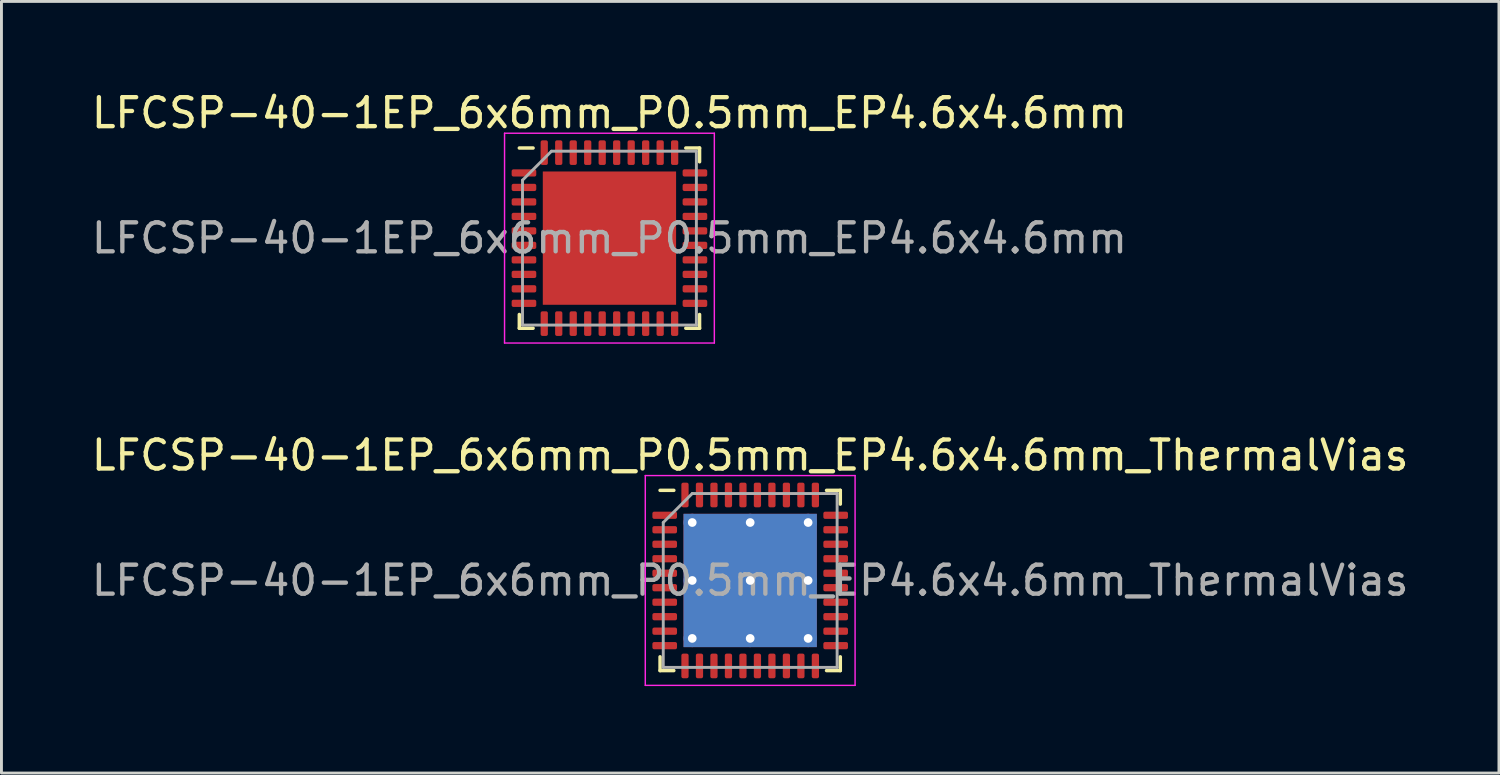
<source format=kicad_pcb>
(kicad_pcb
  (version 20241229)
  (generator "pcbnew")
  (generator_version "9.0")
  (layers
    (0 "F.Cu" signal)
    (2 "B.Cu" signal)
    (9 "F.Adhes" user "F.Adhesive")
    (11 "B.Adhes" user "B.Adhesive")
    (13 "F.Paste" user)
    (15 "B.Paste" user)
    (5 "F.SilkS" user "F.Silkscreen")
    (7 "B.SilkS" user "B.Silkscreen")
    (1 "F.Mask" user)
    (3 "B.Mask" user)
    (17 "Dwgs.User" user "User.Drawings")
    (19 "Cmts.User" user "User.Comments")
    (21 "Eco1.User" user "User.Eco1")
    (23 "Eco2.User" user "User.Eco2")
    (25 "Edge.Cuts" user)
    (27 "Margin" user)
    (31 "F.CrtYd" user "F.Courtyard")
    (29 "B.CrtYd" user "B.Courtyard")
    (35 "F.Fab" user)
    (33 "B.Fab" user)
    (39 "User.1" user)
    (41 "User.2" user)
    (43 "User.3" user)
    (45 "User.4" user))
  (footprint "LFCSP-40-1EP_6x6mm_P0.5mm_EP4.6x4.6mm_ThermalVias"
    (layer "F.Cu")
    (at 22.839 16.982)
    (property "Reference" "LFCSP-40-1EP_6x6mm_P0.5mm_EP4.6x4.6mm_ThermalVias" (at 0 -4.32 0) (layer "F.SilkS") (effects (font (size 1 1) (thickness 0.15))))
    (attr smd)
    (fp_line (start -3.11 3.11) (end -3.11 2.635) (stroke (width 0.12) (type solid)) (layer "F.SilkS"))
    (fp_line (start -2.635 -3.11) (end -3.11 -3.11) (stroke (width 0.12) (type solid)) (layer "F.SilkS"))
    (fp_line (start -2.635 3.11) (end -3.11 3.11) (stroke (width 0.12) (type solid)) (layer "F.SilkS"))
    (fp_line (start 2.635 -3.11) (end 3.11 -3.11) (stroke (width 0.12) (type solid)) (layer "F.SilkS"))
    (fp_line (start 2.635 3.11) (end 3.11 3.11) (stroke (width 0.12) (type solid)) (layer "F.SilkS"))
    (fp_line (start 3.11 -3.11) (end 3.11 -2.635) (stroke (width 0.12) (type solid)) (layer "F.SilkS"))
    (fp_line (start 3.11 3.11) (end 3.11 2.635) (stroke (width 0.12) (type solid)) (layer "F.SilkS"))
    (fp_line (start -3.62 -3.62) (end -3.62 3.62) (stroke (width 0.05) (type solid)) (layer "F.CrtYd"))
    (fp_line (start -3.62 3.62) (end 3.62 3.62) (stroke (width 0.05) (type solid)) (layer "F.CrtYd"))
    (fp_line (start 3.62 -3.62) (end -3.62 -3.62) (stroke (width 0.05) (type solid)) (layer "F.CrtYd"))
    (fp_line (start 3.62 3.62) (end 3.62 -3.62) (stroke (width 0.05) (type solid)) (layer "F.CrtYd"))
    (fp_line (start -3 -2) (end -2 -3) (stroke (width 0.1) (type solid)) (layer "F.Fab"))
    (fp_line (start -3 3) (end -3 -2) (stroke (width 0.1) (type solid)) (layer "F.Fab"))
    (fp_line (start -2 -3) (end 3 -3) (stroke (width 0.1) (type solid)) (layer "F.Fab"))
    (fp_line (start 3 -3) (end 3 3) (stroke (width 0.1) (type solid)) (layer "F.Fab"))
    (fp_line (start 3 3) (end -3 3) (stroke (width 0.1) (type solid)) (layer "F.Fab"))
    (fp_text user "${REFERENCE}" (at 0 0 0) (layer "F.Fab") (effects (font (size 1 1) (thickness 0.15))))
    (pad "" smd custom (at -1 -1) (size 1.728 1.728) (layers "F.Paste") (options (anchor circle)) (primitives (gr_poly (pts (xy -0.766 -0.603) (xy -0.603 -0.766) (xy 0.603 -0.766) (xy 0.766 -0.603) (xy 0.766 0.603) (xy 0.603 0.766) (xy -0.603 0.766) (xy -0.766 0.603)) (width 0.393) (fill yes))))
    (pad "" smd custom (at -1 1) (size 1.728 1.728) (layers "F.Paste") (options (anchor circle)) (primitives (gr_poly (pts (xy -0.766 -0.603) (xy -0.603 -0.766) (xy 0.603 -0.766) (xy 0.766 -0.603) (xy 0.766 0.603) (xy 0.603 0.766) (xy -0.603 0.766) (xy -0.766 0.603)) (width 0.393) (fill yes))))
    (pad "" smd custom (at 1 -1) (size 1.728 1.728) (layers "F.Paste") (options (anchor circle)) (primitives (gr_poly (pts (xy -0.766 -0.603) (xy -0.603 -0.766) (xy 0.603 -0.766) (xy 0.766 -0.603) (xy 0.766 0.603) (xy 0.603 0.766) (xy -0.603 0.766) (xy -0.766 0.603)) (width 0.393) (fill yes))))
    (pad "" smd custom (at 1 1) (size 1.728 1.728) (layers "F.Paste") (options (anchor circle)) (primitives (gr_poly (pts (xy -0.766 -0.603) (xy -0.603 -0.766) (xy 0.603 -0.766) (xy 0.766 -0.603) (xy 0.766 0.603) (xy 0.603 0.766) (xy -0.603 0.766) (xy -0.766 0.603)) (width 0.393) (fill yes))))
    (pad "1" smd roundrect (at -2.95 -2.25) (size 0.85 0.25) (layers "F.Cu" "F.Mask" "F.Paste") (roundrect_rratio 0.25))
    (pad "2" smd roundrect (at -2.95 -1.75) (size 0.85 0.25) (layers "F.Cu" "F.Mask" "F.Paste") (roundrect_rratio 0.25))
    (pad "3" smd roundrect (at -2.95 -1.25) (size 0.85 0.25) (layers "F.Cu" "F.Mask" "F.Paste") (roundrect_rratio 0.25))
    (pad "4" smd roundrect (at -2.95 -0.75) (size 0.85 0.25) (layers "F.Cu" "F.Mask" "F.Paste") (roundrect_rratio 0.25))
    (pad "5" smd roundrect (at -2.95 -0.25) (size 0.85 0.25) (layers "F.Cu" "F.Mask" "F.Paste") (roundrect_rratio 0.25))
    (pad "6" smd roundrect (at -2.95 0.25) (size 0.85 0.25) (layers "F.Cu" "F.Mask" "F.Paste") (roundrect_rratio 0.25))
    (pad "7" smd roundrect (at -2.95 0.75) (size 0.85 0.25) (layers "F.Cu" "F.Mask" "F.Paste") (roundrect_rratio 0.25))
    (pad "8" smd roundrect (at -2.95 1.25) (size 0.85 0.25) (layers "F.Cu" "F.Mask" "F.Paste") (roundrect_rratio 0.25))
    (pad "9" smd roundrect (at -2.95 1.75) (size 0.85 0.25) (layers "F.Cu" "F.Mask" "F.Paste") (roundrect_rratio 0.25))
    (pad "10" smd roundrect (at -2.95 2.25) (size 0.85 0.25) (layers "F.Cu" "F.Mask" "F.Paste") (roundrect_rratio 0.25))
    (pad "11" smd roundrect (at -2.25 2.95) (size 0.25 0.85) (layers "F.Cu" "F.Mask" "F.Paste") (roundrect_rratio 0.25))
    (pad "12" smd roundrect (at -1.75 2.95) (size 0.25 0.85) (layers "F.Cu" "F.Mask" "F.Paste") (roundrect_rratio 0.25))
    (pad "13" smd roundrect (at -1.25 2.95) (size 0.25 0.85) (layers "F.Cu" "F.Mask" "F.Paste") (roundrect_rratio 0.25))
    (pad "14" smd roundrect (at -0.75 2.95) (size 0.25 0.85) (layers "F.Cu" "F.Mask" "F.Paste") (roundrect_rratio 0.25))
    (pad "15" smd roundrect (at -0.25 2.95) (size 0.25 0.85) (layers "F.Cu" "F.Mask" "F.Paste") (roundrect_rratio 0.25))
    (pad "16" smd roundrect (at 0.25 2.95) (size 0.25 0.85) (layers "F.Cu" "F.Mask" "F.Paste") (roundrect_rratio 0.25))
    (pad "17" smd roundrect (at 0.75 2.95) (size 0.25 0.85) (layers "F.Cu" "F.Mask" "F.Paste") (roundrect_rratio 0.25))
    (pad "18" smd roundrect (at 1.25 2.95) (size 0.25 0.85) (layers "F.Cu" "F.Mask" "F.Paste") (roundrect_rratio 0.25))
    (pad "19" smd roundrect (at 1.75 2.95) (size 0.25 0.85) (layers "F.Cu" "F.Mask" "F.Paste") (roundrect_rratio 0.25))
    (pad "20" smd roundrect (at 2.25 2.95) (size 0.25 0.85) (layers "F.Cu" "F.Mask" "F.Paste") (roundrect_rratio 0.25))
    (pad "21" smd roundrect (at 2.95 2.25) (size 0.85 0.25) (layers "F.Cu" "F.Mask" "F.Paste") (roundrect_rratio 0.25))
    (pad "22" smd roundrect (at 2.95 1.75) (size 0.85 0.25) (layers "F.Cu" "F.Mask" "F.Paste") (roundrect_rratio 0.25))
    (pad "23" smd roundrect (at 2.95 1.25) (size 0.85 0.25) (layers "F.Cu" "F.Mask" "F.Paste") (roundrect_rratio 0.25))
    (pad "24" smd roundrect (at 2.95 0.75) (size 0.85 0.25) (layers "F.Cu" "F.Mask" "F.Paste") (roundrect_rratio 0.25))
    (pad "25" smd roundrect (at 2.95 0.25) (size 0.85 0.25) (layers "F.Cu" "F.Mask" "F.Paste") (roundrect_rratio 0.25))
    (pad "26" smd roundrect (at 2.95 -0.25) (size 0.85 0.25) (layers "F.Cu" "F.Mask" "F.Paste") (roundrect_rratio 0.25))
    (pad "27" smd roundrect (at 2.95 -0.75) (size 0.85 0.25) (layers "F.Cu" "F.Mask" "F.Paste") (roundrect_rratio 0.25))
    (pad "28" smd roundrect (at 2.95 -1.25) (size 0.85 0.25) (layers "F.Cu" "F.Mask" "F.Paste") (roundrect_rratio 0.25))
    (pad "29" smd roundrect (at 2.95 -1.75) (size 0.85 0.25) (layers "F.Cu" "F.Mask" "F.Paste") (roundrect_rratio 0.25))
    (pad "30" smd roundrect (at 2.95 -2.25) (size 0.85 0.25) (layers "F.Cu" "F.Mask" "F.Paste") (roundrect_rratio 0.25))
    (pad "31" smd roundrect (at 2.25 -2.95) (size 0.25 0.85) (layers "F.Cu" "F.Mask" "F.Paste") (roundrect_rratio 0.25))
    (pad "32" smd roundrect (at 1.75 -2.95) (size 0.25 0.85) (layers "F.Cu" "F.Mask" "F.Paste") (roundrect_rratio 0.25))
    (pad "33" smd roundrect (at 1.25 -2.95) (size 0.25 0.85) (layers "F.Cu" "F.Mask" "F.Paste") (roundrect_rratio 0.25))
    (pad "34" smd roundrect (at 0.75 -2.95) (size 0.25 0.85) (layers "F.Cu" "F.Mask" "F.Paste") (roundrect_rratio 0.25))
    (pad "35" smd roundrect (at 0.25 -2.95) (size 0.25 0.85) (layers "F.Cu" "F.Mask" "F.Paste") (roundrect_rratio 0.25))
    (pad "36" smd roundrect (at -0.25 -2.95) (size 0.25 0.85) (layers "F.Cu" "F.Mask" "F.Paste") (roundrect_rratio 0.25))
    (pad "37" smd roundrect (at -0.75 -2.95) (size 0.25 0.85) (layers "F.Cu" "F.Mask" "F.Paste") (roundrect_rratio 0.25))
    (pad "38" smd roundrect (at -1.25 -2.95) (size 0.25 0.85) (layers "F.Cu" "F.Mask" "F.Paste") (roundrect_rratio 0.25))
    (pad "39" smd roundrect (at -1.75 -2.95) (size 0.25 0.85) (layers "F.Cu" "F.Mask" "F.Paste") (roundrect_rratio 0.25))
    (pad "40" smd roundrect (at -2.25 -2.95) (size 0.25 0.85) (layers "F.Cu" "F.Mask" "F.Paste") (roundrect_rratio 0.25))
    (pad "41" thru_hole circle (at -2 -2) (size 0.6 0.6) (drill 0.3) (layers "*.Cu"))
    (pad "41" thru_hole circle (at -2 0) (size 0.6 0.6) (drill 0.3) (layers "*.Cu"))
    (pad "41" thru_hole circle (at -2 2) (size 0.6 0.6) (drill 0.3) (layers "*.Cu"))
    (pad "41" thru_hole circle (at 0 -2) (size 0.6 0.6) (drill 0.3) (layers "*.Cu"))
    (pad "41" thru_hole circle (at 0 0) (size 0.6 0.6) (drill 0.3) (layers "*.Cu"))
    (pad "41" smd rect (at 0 0) (size 4.6 4.6) (layers "F.Cu" "F.Mask"))
    (pad "41" smd rect (at 0 0) (size 4.6 4.6) (layers "B.Cu"))
    (pad "41" thru_hole circle (at 0 2) (size 0.6 0.6) (drill 0.3) (layers "*.Cu"))
    (pad "41" thru_hole circle (at 2 -2) (size 0.6 0.6) (drill 0.3) (layers "*.Cu"))
    (pad "41" thru_hole circle (at 2 0) (size 0.6 0.6) (drill 0.3) (layers "*.Cu"))
    (pad "41" thru_hole circle (at 2 2) (size 0.6 0.6) (drill 0.3) (layers "*.Cu")))
  (footprint "LFCSP-40-1EP_6x6mm_P0.5mm_EP4.6x4.6mm"
    (layer "F.Cu")
    (at 17.982 5.168)
    (property "Reference" "LFCSP-40-1EP_6x6mm_P0.5mm_EP4.6x4.6mm" (at 0 -4.32 0) (layer "F.SilkS") (effects (font (size 1 1) (thickness 0.15))))
    (attr smd)
    (fp_line (start -3.11 3.11) (end -3.11 2.635) (stroke (width 0.12) (type solid)) (layer "F.SilkS"))
    (fp_line (start -2.635 -3.11) (end -3.11 -3.11) (stroke (width 0.12) (type solid)) (layer "F.SilkS"))
    (fp_line (start -2.635 3.11) (end -3.11 3.11) (stroke (width 0.12) (type solid)) (layer "F.SilkS"))
    (fp_line (start 2.635 -3.11) (end 3.11 -3.11) (stroke (width 0.12) (type solid)) (layer "F.SilkS"))
    (fp_line (start 2.635 3.11) (end 3.11 3.11) (stroke (width 0.12) (type solid)) (layer "F.SilkS"))
    (fp_line (start 3.11 -3.11) (end 3.11 -2.635) (stroke (width 0.12) (type solid)) (layer "F.SilkS"))
    (fp_line (start 3.11 3.11) (end 3.11 2.635) (stroke (width 0.12) (type solid)) (layer "F.SilkS"))
    (fp_line (start -3.62 -3.62) (end -3.62 3.62) (stroke (width 0.05) (type solid)) (layer "F.CrtYd"))
    (fp_line (start -3.62 3.62) (end 3.62 3.62) (stroke (width 0.05) (type solid)) (layer "F.CrtYd"))
    (fp_line (start 3.62 -3.62) (end -3.62 -3.62) (stroke (width 0.05) (type solid)) (layer "F.CrtYd"))
    (fp_line (start 3.62 3.62) (end 3.62 -3.62) (stroke (width 0.05) (type solid)) (layer "F.CrtYd"))
    (fp_line (start -3 -2) (end -2 -3) (stroke (width 0.1) (type solid)) (layer "F.Fab"))
    (fp_line (start -3 3) (end -3 -2) (stroke (width 0.1) (type solid)) (layer "F.Fab"))
    (fp_line (start -2 -3) (end 3 -3) (stroke (width 0.1) (type solid)) (layer "F.Fab"))
    (fp_line (start 3 -3) (end 3 3) (stroke (width 0.1) (type solid)) (layer "F.Fab"))
    (fp_line (start 3 3) (end -3 3) (stroke (width 0.1) (type solid)) (layer "F.Fab"))
    (fp_text user "${REFERENCE}" (at 0 0 0) (layer "F.Fab") (effects (font (size 1 1) (thickness 0.15))))
    (pad "" smd roundrect (at -1.15 -1.15) (size 1.85 1.85) (layers "F.Paste") (roundrect_rratio 0.135))
    (pad "" smd roundrect (at -1.15 1.15) (size 1.85 1.85) (layers "F.Paste") (roundrect_rratio 0.135))
    (pad "" smd roundrect (at 1.15 -1.15) (size 1.85 1.85) (layers "F.Paste") (roundrect_rratio 0.135))
    (pad "" smd roundrect (at 1.15 1.15) (size 1.85 1.85) (layers "F.Paste") (roundrect_rratio 0.135))
    (pad "1" smd roundrect (at -2.95 -2.25) (size 0.85 0.25) (layers "F.Cu" "F.Mask" "F.Paste") (roundrect_rratio 0.25))
    (pad "2" smd roundrect (at -2.95 -1.75) (size 0.85 0.25) (layers "F.Cu" "F.Mask" "F.Paste") (roundrect_rratio 0.25))
    (pad "3" smd roundrect (at -2.95 -1.25) (size 0.85 0.25) (layers "F.Cu" "F.Mask" "F.Paste") (roundrect_rratio 0.25))
    (pad "4" smd roundrect (at -2.95 -0.75) (size 0.85 0.25) (layers "F.Cu" "F.Mask" "F.Paste") (roundrect_rratio 0.25))
    (pad "5" smd roundrect (at -2.95 -0.25) (size 0.85 0.25) (layers "F.Cu" "F.Mask" "F.Paste") (roundrect_rratio 0.25))
    (pad "6" smd roundrect (at -2.95 0.25) (size 0.85 0.25) (layers "F.Cu" "F.Mask" "F.Paste") (roundrect_rratio 0.25))
    (pad "7" smd roundrect (at -2.95 0.75) (size 0.85 0.25) (layers "F.Cu" "F.Mask" "F.Paste") (roundrect_rratio 0.25))
    (pad "8" smd roundrect (at -2.95 1.25) (size 0.85 0.25) (layers "F.Cu" "F.Mask" "F.Paste") (roundrect_rratio 0.25))
    (pad "9" smd roundrect (at -2.95 1.75) (size 0.85 0.25) (layers "F.Cu" "F.Mask" "F.Paste") (roundrect_rratio 0.25))
    (pad "10" smd roundrect (at -2.95 2.25) (size 0.85 0.25) (layers "F.Cu" "F.Mask" "F.Paste") (roundrect_rratio 0.25))
    (pad "11" smd roundrect (at -2.25 2.95) (size 0.25 0.85) (layers "F.Cu" "F.Mask" "F.Paste") (roundrect_rratio 0.25))
    (pad "12" smd roundrect (at -1.75 2.95) (size 0.25 0.85) (layers "F.Cu" "F.Mask" "F.Paste") (roundrect_rratio 0.25))
    (pad "13" smd roundrect (at -1.25 2.95) (size 0.25 0.85) (layers "F.Cu" "F.Mask" "F.Paste") (roundrect_rratio 0.25))
    (pad "14" smd roundrect (at -0.75 2.95) (size 0.25 0.85) (layers "F.Cu" "F.Mask" "F.Paste") (roundrect_rratio 0.25))
    (pad "15" smd roundrect (at -0.25 2.95) (size 0.25 0.85) (layers "F.Cu" "F.Mask" "F.Paste") (roundrect_rratio 0.25))
    (pad "16" smd roundrect (at 0.25 2.95) (size 0.25 0.85) (layers "F.Cu" "F.Mask" "F.Paste") (roundrect_rratio 0.25))
    (pad "17" smd roundrect (at 0.75 2.95) (size 0.25 0.85) (layers "F.Cu" "F.Mask" "F.Paste") (roundrect_rratio 0.25))
    (pad "18" smd roundrect (at 1.25 2.95) (size 0.25 0.85) (layers "F.Cu" "F.Mask" "F.Paste") (roundrect_rratio 0.25))
    (pad "19" smd roundrect (at 1.75 2.95) (size 0.25 0.85) (layers "F.Cu" "F.Mask" "F.Paste") (roundrect_rratio 0.25))
    (pad "20" smd roundrect (at 2.25 2.95) (size 0.25 0.85) (layers "F.Cu" "F.Mask" "F.Paste") (roundrect_rratio 0.25))
    (pad "21" smd roundrect (at 2.95 2.25) (size 0.85 0.25) (layers "F.Cu" "F.Mask" "F.Paste") (roundrect_rratio 0.25))
    (pad "22" smd roundrect (at 2.95 1.75) (size 0.85 0.25) (layers "F.Cu" "F.Mask" "F.Paste") (roundrect_rratio 0.25))
    (pad "23" smd roundrect (at 2.95 1.25) (size 0.85 0.25) (layers "F.Cu" "F.Mask" "F.Paste") (roundrect_rratio 0.25))
    (pad "24" smd roundrect (at 2.95 0.75) (size 0.85 0.25) (layers "F.Cu" "F.Mask" "F.Paste") (roundrect_rratio 0.25))
    (pad "25" smd roundrect (at 2.95 0.25) (size 0.85 0.25) (layers "F.Cu" "F.Mask" "F.Paste") (roundrect_rratio 0.25))
    (pad "26" smd roundrect (at 2.95 -0.25) (size 0.85 0.25) (layers "F.Cu" "F.Mask" "F.Paste") (roundrect_rratio 0.25))
    (pad "27" smd roundrect (at 2.95 -0.75) (size 0.85 0.25) (layers "F.Cu" "F.Mask" "F.Paste") (roundrect_rratio 0.25))
    (pad "28" smd roundrect (at 2.95 -1.25) (size 0.85 0.25) (layers "F.Cu" "F.Mask" "F.Paste") (roundrect_rratio 0.25))
    (pad "29" smd roundrect (at 2.95 -1.75) (size 0.85 0.25) (layers "F.Cu" "F.Mask" "F.Paste") (roundrect_rratio 0.25))
    (pad "30" smd roundrect (at 2.95 -2.25) (size 0.85 0.25) (layers "F.Cu" "F.Mask" "F.Paste") (roundrect_rratio 0.25))
    (pad "31" smd roundrect (at 2.25 -2.95) (size 0.25 0.85) (layers "F.Cu" "F.Mask" "F.Paste") (roundrect_rratio 0.25))
    (pad "32" smd roundrect (at 1.75 -2.95) (size 0.25 0.85) (layers "F.Cu" "F.Mask" "F.Paste") (roundrect_rratio 0.25))
    (pad "33" smd roundrect (at 1.25 -2.95) (size 0.25 0.85) (layers "F.Cu" "F.Mask" "F.Paste") (roundrect_rratio 0.25))
    (pad "34" smd roundrect (at 0.75 -2.95) (size 0.25 0.85) (layers "F.Cu" "F.Mask" "F.Paste") (roundrect_rratio 0.25))
    (pad "35" smd roundrect (at 0.25 -2.95) (size 0.25 0.85) (layers "F.Cu" "F.Mask" "F.Paste") (roundrect_rratio 0.25))
    (pad "36" smd roundrect (at -0.25 -2.95) (size 0.25 0.85) (layers "F.Cu" "F.Mask" "F.Paste") (roundrect_rratio 0.25))
    (pad "37" smd roundrect (at -0.75 -2.95) (size 0.25 0.85) (layers "F.Cu" "F.Mask" "F.Paste") (roundrect_rratio 0.25))
    (pad "38" smd roundrect (at -1.25 -2.95) (size 0.25 0.85) (layers "F.Cu" "F.Mask" "F.Paste") (roundrect_rratio 0.25))
    (pad "39" smd roundrect (at -1.75 -2.95) (size 0.25 0.85) (layers "F.Cu" "F.Mask" "F.Paste") (roundrect_rratio 0.25))
    (pad "40" smd roundrect (at -2.25 -2.95) (size 0.25 0.85) (layers "F.Cu" "F.Mask" "F.Paste") (roundrect_rratio 0.25))
    (pad "41" smd rect (at 0 0) (size 4.6 4.6) (layers "F.Cu" "F.Mask")))
  (gr_rect
    (start -3 -3)
    (end 48.679 23.627)
    (stroke (width 0.1) (type default))
    (fill no)
    (layer "Edge.Cuts")))
</source>
